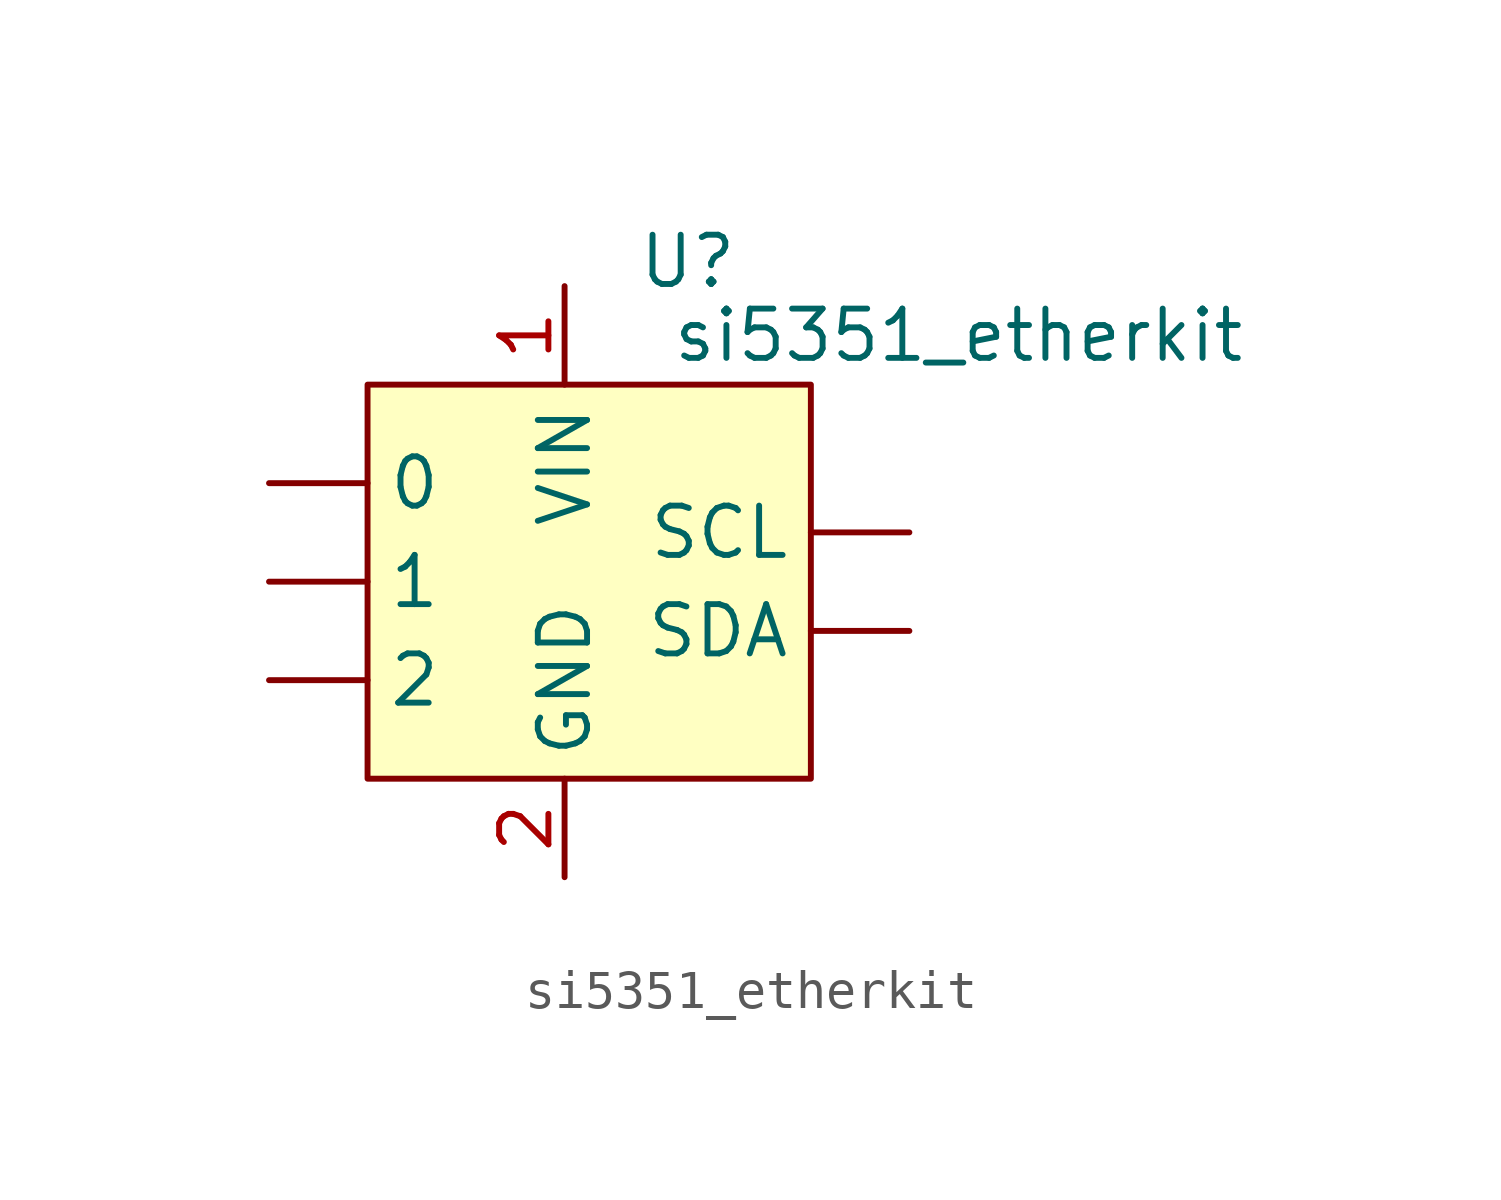
<source format=kicad_sym>
(kicad_symbol_lib
  (version 20220914)
  (generator kicad_symbol_editor)
  (symbol "si5351_etherkit"
    (property "Reference" "U"
      (at 3.175 8.255 0)
      (effects (font (size 1.27 1.27))))
    (property "Value" "si5351_etherkit"
      (at 10.16 6.35 0)
      (effects (font (size 1.27 1.27))))
    (symbol "si5351_etherkit_0_1"
      (rectangle (start -5.08 5.08) (end 6.35 -5.08) (stroke (width 0) (type default)) (fill (type background))))
    (symbol "si5351_etherkit_1_1"
      (pin output line (at -7.62 2.54 0) (length 2.54) (name "0" (effects (font (size 1.27 1.27)))) (number "" (effects (font (size 1.27 1.27)))))
      (pin output line (at -7.62 0 0) (length 2.54) (name "1" (effects (font (size 1.27 1.27)))) (number "" (effects (font (size 1.27 1.27)))))
      (pin output line (at -7.62 -2.54 0) (length 2.54) (name "2" (effects (font (size 1.27 1.27)))) (number "" (effects (font (size 1.27 1.27)))))
      (pin input line (at 8.89 1.27 180) (length 2.54) (name "SCL" (effects (font (size 1.27 1.27)))) (number "" (effects (font (size 1.27 1.27)))))
      (pin bidirectional line (at 8.89 -1.27 180) (length 2.54) (name "SDA" (effects (font (size 1.27 1.27)))) (number "" (effects (font (size 1.27 1.27)))))
      (pin power_in line (at 0 7.62 270) (length 2.54) (name "VIN" (effects (font (size 1.27 1.27)))) (number "1" (effects (font (size 1.27 1.27)))))
      (pin output line (at 0 -7.62 90) (length 2.54) (name "GND" (effects (font (size 1.27 1.27)))) (number "2" (effects (font (size 1.27 1.27))))))))
</source>
